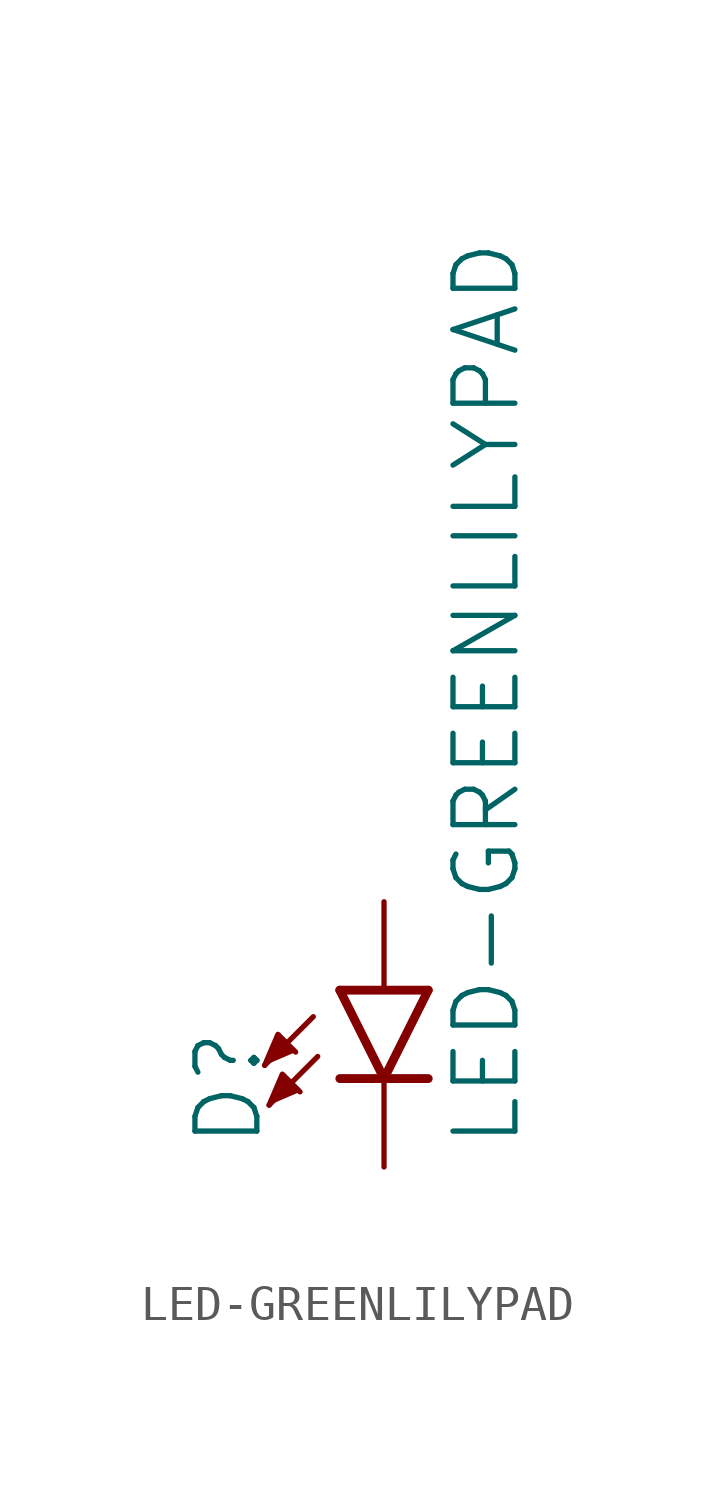
<source format=kicad_sym>
(kicad_symbol_lib
  (version 20211014)
  (generator kicad_symbol_editor)
  (symbol "LED-GREENLILYPAD"
    (property "Reference" "D"
      (at -3.429 -4.572 90)
      (effects (font (size 1.778 1.778)) (justify left bottom)))
    (property "Value" "LED-GREENLILYPAD"
      (at 1.905 -4.572 90)
      (effects (font (size 1.778 1.778)) (justify left top)))
    (property "ki_locked" ""
      (at 0 0 0)
      (effects (font (size 1.27 1.27))))
    (symbol "LED-GREENLILYPAD_1_0"
      (polyline (pts (xy -2.032 -0.762) (xy -3.429 -2.159)) (stroke (width 0.152) (type default) (color 0 0 0 0)) (fill (type none)))
      (polyline (pts (xy -1.905 -1.905) (xy -3.302 -3.302)) (stroke (width 0.152) (type default) (color 0 0 0 0)) (fill (type none)))
      (polyline (pts (xy 0 -2.54) (xy -1.27 -2.54)) (stroke (width 0.254) (type default) (color 0 0 0 0)) (fill (type none)))
      (polyline (pts (xy 0 -2.54) (xy -1.27 0)) (stroke (width 0.254) (type default) (color 0 0 0 0)) (fill (type none)))
      (polyline (pts (xy 1.27 -2.54) (xy 0 -2.54)) (stroke (width 0.254) (type default) (color 0 0 0 0)) (fill (type none)))
      (polyline (pts (xy 1.27 0) (xy -1.27 0)) (stroke (width 0.254) (type default) (color 0 0 0 0)) (fill (type none)))
      (polyline (pts (xy 1.27 0) (xy 0 -2.54)) (stroke (width 0.254) (type default) (color 0 0 0 0)) (fill (type none)))
      (polyline (pts (xy -3.429 -2.159) (xy -3.048 -1.27) (xy -2.54 -1.778)) (stroke (width 0) (type default) (color 0 0 0 0)) (fill (type outline)))
      (polyline (pts (xy -3.302 -3.302) (xy -2.921 -2.413) (xy -2.413 -2.921)) (stroke (width 0) (type default) (color 0 0 0 0)) (fill (type outline)))
      (pin passive line (at 0 2.54 270) (length 2.54) (name "A" (effects (font (size 0 0)))) (number "A" (effects (font (size 0 0)))))
      (pin passive line (at 0 -5.08 90) (length 2.54) (name "C" (effects (font (size 0 0)))) (number "C" (effects (font (size 0 0))))))))
</source>
